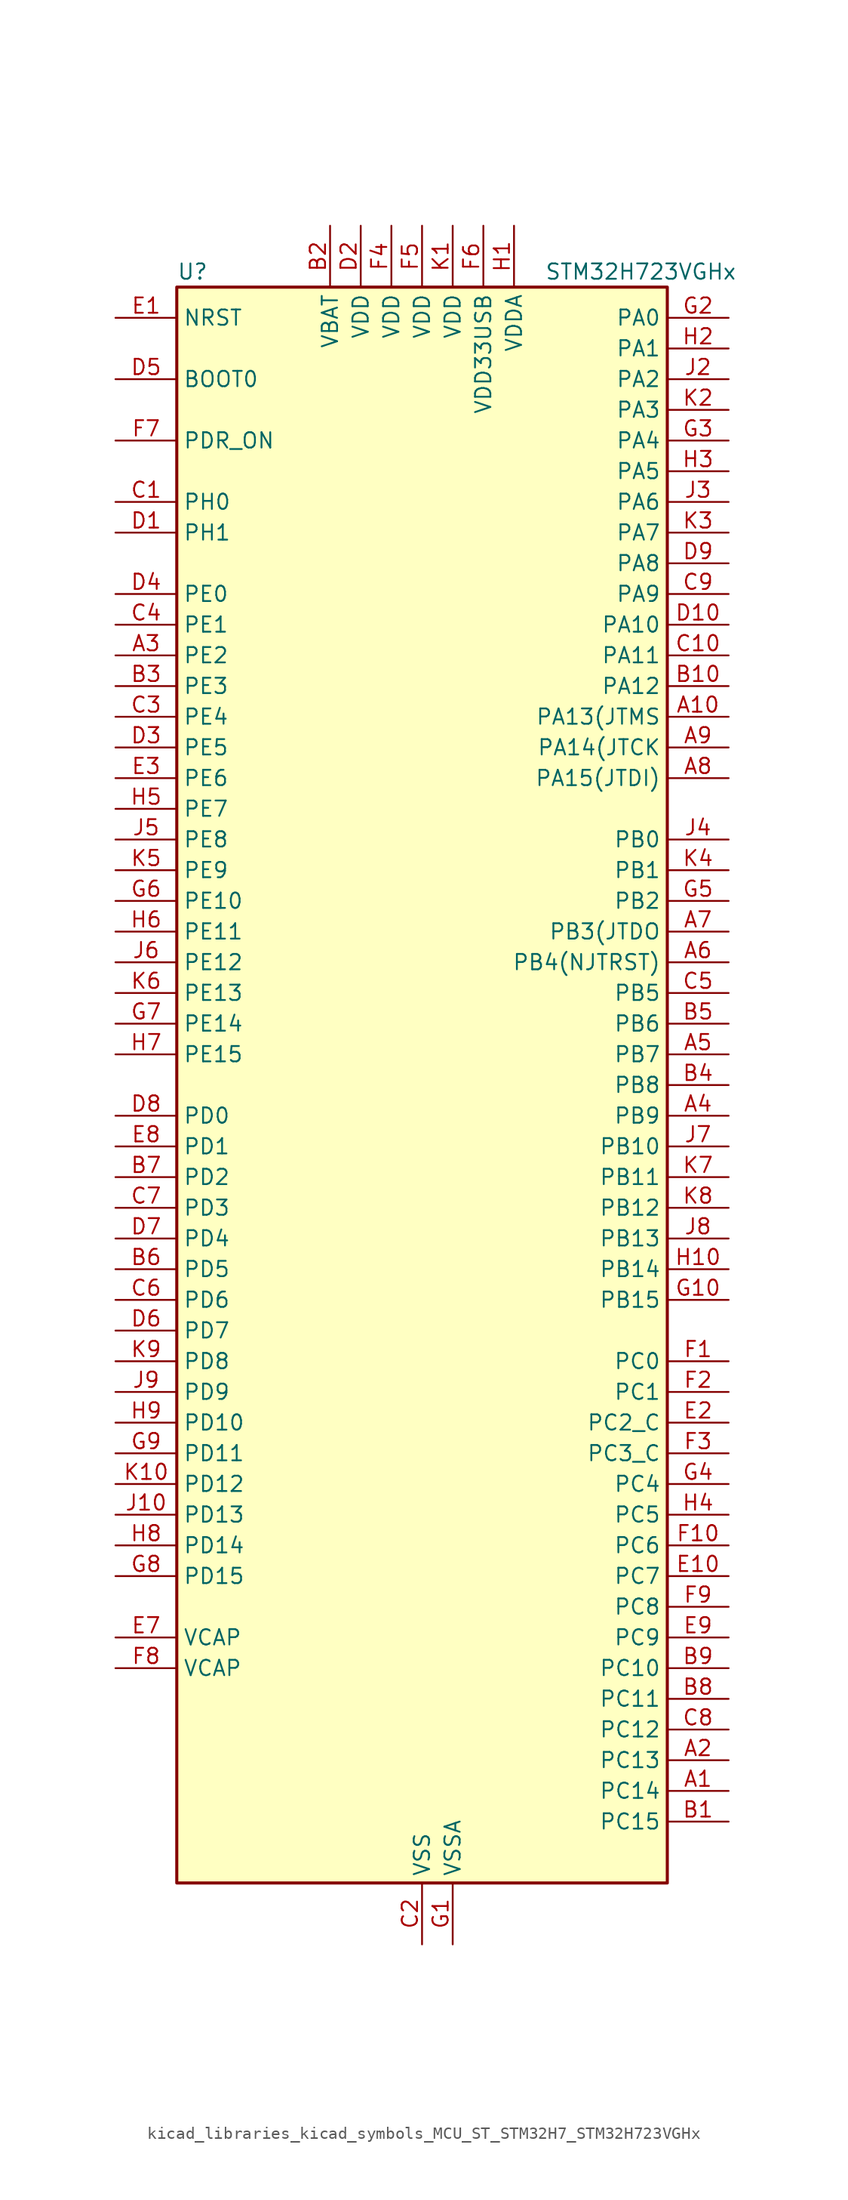
<source format=kicad_sym>
(kicad_symbol_lib
  (version 20220914)
  (generator kicad_symbol_editor)
  (symbol "kicad_libraries_kicad_symbols_MCU_ST_STM32H7_STM32H723VGHx"
    (property "Reference" "U"
      (at -20.32 67.31 0)
      (effects (font (size 1.27 1.27)) (justify left)))
    (property "Value" "STM32H723VGHx"
      (at 10.16 67.31 0)
      (effects (font (size 1.27 1.27)) (justify left)))
    (property "ki_locked" ""
      (at 0 0 0)
      (effects (font (size 1.27 1.27))))
    (symbol "kicad_libraries_kicad_symbols_MCU_ST_STM32H7_STM32H723VGHx_0_1"
      (rectangle (start -20.32 -66.04) (end 20.32 66.04) (stroke (width 0.254) (type default)) (fill (type background))))
    (symbol "kicad_libraries_kicad_symbols_MCU_ST_STM32H7_STM32H723VGHx_1_1"
      (pin bidirectional line (at 25.4 -58.42 180) (length 5.08) (name "PC14" (effects (font (size 1.27 1.27)))) (number "A1" (effects (font (size 1.27 1.27)))) (alternate "RCC_OSC32_IN" bidirectional line))
      (pin bidirectional line (at 25.4 30.48 180) (length 5.08) (name "PA13(JTMS" (effects (font (size 1.27 1.27)))) (number "A10" (effects (font (size 1.27 1.27)))) (alternate "DEBUG_JTMS-SWDIO" bidirectional line))
      (pin bidirectional line (at 25.4 -55.88 180) (length 5.08) (name "PC13" (effects (font (size 1.27 1.27)))) (number "A2" (effects (font (size 1.27 1.27)))) (alternate "PWR_WKUP4" bidirectional line) (alternate "RTC_OUT_ALARM" bidirectional line) (alternate "RTC_OUT_CALIB" bidirectional line) (alternate "RTC_TAMP1" bidirectional line) (alternate "RTC_TS" bidirectional line))
      (pin bidirectional line (at -25.4 35.56 0) (length 5.08) (name "PE2" (effects (font (size 1.27 1.27)))) (number "A3" (effects (font (size 1.27 1.27)))) (alternate "DEBUG_TRACECLK" bidirectional line) (alternate "ETH_TXD3" bidirectional line) (alternate "FMC_A23" bidirectional line) (alternate "OCTOSPIM_P1_IO2" bidirectional line) (alternate "SAI1_CK1" bidirectional line) (alternate "SAI1_MCLK_A" bidirectional line) (alternate "SAI4_CK1" bidirectional line) (alternate "SAI4_MCLK_A" bidirectional line) (alternate "SPI4_SCK" bidirectional line) (alternate "USART10_RX" bidirectional line))
      (pin bidirectional line (at 25.4 -2.54 180) (length 5.08) (name "PB9" (effects (font (size 1.27 1.27)))) (number "A4" (effects (font (size 1.27 1.27)))) (alternate "DAC1_EXTI9" bidirectional line) (alternate "DCMI_D7" bidirectional line) (alternate "DFSDM1_DATIN7" bidirectional line) (alternate "FDCAN1_TX" bidirectional line) (alternate "I2C1_SDA" bidirectional line) (alternate "I2C4_SDA" bidirectional line) (alternate "I2C4_SMBA" bidirectional line) (alternate "I2S2_WS" bidirectional line) (alternate "LTDC_B7" bidirectional line) (alternate "PSSI_D7" bidirectional line) (alternate "SDMMC1_CDIR" bidirectional line) (alternate "SDMMC1_D5" bidirectional line) (alternate "SDMMC2_D5" bidirectional line) (alternate "SPI2_NSS" bidirectional line) (alternate "TIM17_CH1" bidirectional line) (alternate "TIM4_CH4" bidirectional line) (alternate "UART4_TX" bidirectional line))
      (pin bidirectional line (at 25.4 2.54 180) (length 5.08) (name "PB7" (effects (font (size 1.27 1.27)))) (number "A5" (effects (font (size 1.27 1.27)))) (alternate "DCMI_VSYNC" bidirectional line) (alternate "DFSDM1_CKIN5" bidirectional line) (alternate "FMC_NL" bidirectional line) (alternate "I2C1_SDA" bidirectional line) (alternate "I2C4_SDA" bidirectional line) (alternate "LPUART1_RX" bidirectional line) (alternate "PSSI_RDY" bidirectional line) (alternate "PWR_PVD_IN" bidirectional line) (alternate "TIM17_CH1N" bidirectional line) (alternate "TIM4_CH2" bidirectional line) (alternate "USART1_RX" bidirectional line))
      (pin bidirectional line (at 25.4 10.16 180) (length 5.08) (name "PB4(NJTRST)" (effects (font (size 1.27 1.27)))) (number "A6" (effects (font (size 1.27 1.27)))) (alternate "DEBUG_JTRST" bidirectional line) (alternate "I2S1_SDI" bidirectional line) (alternate "I2S2_WS" bidirectional line) (alternate "I2S3_SDI" bidirectional line) (alternate "I2S6_SDI" bidirectional line) (alternate "SDMMC2_D3" bidirectional line) (alternate "SPI1_MISO" bidirectional line) (alternate "SPI2_NSS" bidirectional line) (alternate "SPI3_MISO" bidirectional line) (alternate "SPI6_MISO" bidirectional line) (alternate "TIM16_BKIN" bidirectional line) (alternate "TIM3_CH1" bidirectional line) (alternate "UART7_TX" bidirectional line))
      (pin bidirectional line (at 25.4 12.7 180) (length 5.08) (name "PB3(JTDO" (effects (font (size 1.27 1.27)))) (number "A7" (effects (font (size 1.27 1.27)))) (alternate "CRS_SYNC" bidirectional line) (alternate "DEBUG_JTDO-SWO" bidirectional line) (alternate "I2S1_CK" bidirectional line) (alternate "I2S3_CK" bidirectional line) (alternate "I2S6_CK" bidirectional line) (alternate "SDMMC2_D2" bidirectional line) (alternate "SPI1_SCK" bidirectional line) (alternate "SPI3_SCK" bidirectional line) (alternate "SPI6_SCK" bidirectional line) (alternate "TIM24_ETR" bidirectional line) (alternate "TIM2_CH2" bidirectional line) (alternate "UART7_RX" bidirectional line))
      (pin bidirectional line (at 25.4 25.4 180) (length 5.08) (name "PA15(JTDI)" (effects (font (size 1.27 1.27)))) (number "A8" (effects (font (size 1.27 1.27)))) (alternate "ADC1_EXTI15" bidirectional line) (alternate "ADC2_EXTI15" bidirectional line) (alternate "ADC3_EXTI15" bidirectional line) (alternate "CEC" bidirectional line) (alternate "DEBUG_JTDI" bidirectional line) (alternate "I2S1_WS" bidirectional line) (alternate "I2S3_WS" bidirectional line) (alternate "I2S6_WS" bidirectional line) (alternate "LTDC_B6" bidirectional line) (alternate "LTDC_R3" bidirectional line) (alternate "SPI1_NSS" bidirectional line) (alternate "SPI3_NSS" bidirectional line) (alternate "SPI6_NSS" bidirectional line) (alternate "TIM2_CH1" bidirectional line) (alternate "TIM2_ETR" bidirectional line) (alternate "UART4_DE" bidirectional line) (alternate "UART4_RTS" bidirectional line) (alternate "UART7_TX" bidirectional line))
      (pin bidirectional line (at 25.4 27.94 180) (length 5.08) (name "PA14(JTCK" (effects (font (size 1.27 1.27)))) (number "A9" (effects (font (size 1.27 1.27)))) (alternate "DEBUG_JTCK-SWCLK" bidirectional line))
      (pin bidirectional line (at 25.4 -60.96 180) (length 5.08) (name "PC15" (effects (font (size 1.27 1.27)))) (number "B1" (effects (font (size 1.27 1.27)))) (alternate "ADC1_EXTI15" bidirectional line) (alternate "ADC2_EXTI15" bidirectional line) (alternate "ADC3_EXTI15" bidirectional line) (alternate "RCC_OSC32_OUT" bidirectional line))
      (pin bidirectional line (at 25.4 33.02 180) (length 5.08) (name "PA12" (effects (font (size 1.27 1.27)))) (number "B10" (effects (font (size 1.27 1.27)))) (alternate "FDCAN1_TX" bidirectional line) (alternate "I2S2_CK" bidirectional line) (alternate "LPUART1_DE" bidirectional line) (alternate "LPUART1_RTS" bidirectional line) (alternate "LTDC_R5" bidirectional line) (alternate "SAI4_FS_B" bidirectional line) (alternate "SPI2_SCK" bidirectional line) (alternate "TIM1_BKIN2" bidirectional line) (alternate "TIM1_ETR" bidirectional line) (alternate "UART4_TX" bidirectional line) (alternate "USART1_DE" bidirectional line) (alternate "USART1_RTS" bidirectional line) (alternate "USB_OTG_HS_DP" bidirectional line))
      (pin power_in line (at -7.62 71.12 270) (length 5.08) (name "VBAT" (effects (font (size 1.27 1.27)))) (number "B2" (effects (font (size 1.27 1.27)))))
      (pin bidirectional line (at -25.4 33.02 0) (length 5.08) (name "PE3" (effects (font (size 1.27 1.27)))) (number "B3" (effects (font (size 1.27 1.27)))) (alternate "DEBUG_TRACED0" bidirectional line) (alternate "FMC_A19" bidirectional line) (alternate "SAI1_SD_B" bidirectional line) (alternate "SAI4_SD_B" bidirectional line) (alternate "TIM15_BKIN" bidirectional line) (alternate "USART10_TX" bidirectional line))
      (pin bidirectional line (at 25.4 0 180) (length 5.08) (name "PB8" (effects (font (size 1.27 1.27)))) (number "B4" (effects (font (size 1.27 1.27)))) (alternate "DCMI_D6" bidirectional line) (alternate "DFSDM1_CKIN7" bidirectional line) (alternate "ETH_TXD3" bidirectional line) (alternate "FDCAN1_RX" bidirectional line) (alternate "I2C1_SCL" bidirectional line) (alternate "I2C4_SCL" bidirectional line) (alternate "LTDC_B6" bidirectional line) (alternate "PSSI_D6" bidirectional line) (alternate "SDMMC1_CKIN" bidirectional line) (alternate "SDMMC1_D4" bidirectional line) (alternate "SDMMC2_D4" bidirectional line) (alternate "TIM16_CH1" bidirectional line) (alternate "TIM4_CH3" bidirectional line) (alternate "UART4_RX" bidirectional line))
      (pin bidirectional line (at 25.4 5.08 180) (length 5.08) (name "PB6" (effects (font (size 1.27 1.27)))) (number "B5" (effects (font (size 1.27 1.27)))) (alternate "CEC" bidirectional line) (alternate "DCMI_D5" bidirectional line) (alternate "DFSDM1_DATIN5" bidirectional line) (alternate "FDCAN2_TX" bidirectional line) (alternate "FMC_SDNE1" bidirectional line) (alternate "I2C1_SCL" bidirectional line) (alternate "I2C4_SCL" bidirectional line) (alternate "LPUART1_TX" bidirectional line) (alternate "OCTOSPIM_P1_NCS" bidirectional line) (alternate "PSSI_D5" bidirectional line) (alternate "TIM16_CH1N" bidirectional line) (alternate "TIM4_CH1" bidirectional line) (alternate "UART5_TX" bidirectional line) (alternate "USART1_TX" bidirectional line))
      (pin bidirectional line (at -25.4 -15.24 0) (length 5.08) (name "PD5" (effects (font (size 1.27 1.27)))) (number "B6" (effects (font (size 1.27 1.27)))) (alternate "FMC_NWE" bidirectional line) (alternate "OCTOSPIM_P1_IO5" bidirectional line) (alternate "USART2_TX" bidirectional line))
      (pin bidirectional line (at -25.4 -7.62 0) (length 5.08) (name "PD2" (effects (font (size 1.27 1.27)))) (number "B7" (effects (font (size 1.27 1.27)))) (alternate "DCMI_D11" bidirectional line) (alternate "DEBUG_TRACED2" bidirectional line) (alternate "FMC_D7" bidirectional line) (alternate "FMC_DA7" bidirectional line) (alternate "LTDC_B2" bidirectional line) (alternate "LTDC_B7" bidirectional line) (alternate "PSSI_D11" bidirectional line) (alternate "SDMMC1_CMD" bidirectional line) (alternate "TIM15_BKIN" bidirectional line) (alternate "TIM3_ETR" bidirectional line) (alternate "UART5_RX" bidirectional line))
      (pin bidirectional line (at 25.4 -50.8 180) (length 5.08) (name "PC11" (effects (font (size 1.27 1.27)))) (number "B8" (effects (font (size 1.27 1.27)))) (alternate "ADC1_EXTI11" bidirectional line) (alternate "ADC2_EXTI11" bidirectional line) (alternate "ADC3_EXTI11" bidirectional line) (alternate "DCMI_D4" bidirectional line) (alternate "DFSDM1_DATIN5" bidirectional line) (alternate "I2C5_SCL" bidirectional line) (alternate "I2S3_SDI" bidirectional line) (alternate "LTDC_B4" bidirectional line) (alternate "OCTOSPIM_P1_NCS" bidirectional line) (alternate "PSSI_D4" bidirectional line) (alternate "SDMMC1_D3" bidirectional line) (alternate "SPI3_MISO" bidirectional line) (alternate "UART4_RX" bidirectional line) (alternate "USART3_RX" bidirectional line))
      (pin bidirectional line (at 25.4 -48.26 180) (length 5.08) (name "PC10" (effects (font (size 1.27 1.27)))) (number "B9" (effects (font (size 1.27 1.27)))) (alternate "DCMI_D8" bidirectional line) (alternate "DFSDM1_CKIN5" bidirectional line) (alternate "I2C5_SDA" bidirectional line) (alternate "I2S3_CK" bidirectional line) (alternate "LTDC_B1" bidirectional line) (alternate "LTDC_R2" bidirectional line) (alternate "OCTOSPIM_P1_IO1" bidirectional line) (alternate "PSSI_D8" bidirectional line) (alternate "SDMMC1_D2" bidirectional line) (alternate "SPI3_SCK" bidirectional line) (alternate "SWPMI1_RX" bidirectional line) (alternate "UART4_TX" bidirectional line) (alternate "USART3_TX" bidirectional line))
      (pin bidirectional line (at -25.4 48.26 0) (length 5.08) (name "PH0" (effects (font (size 1.27 1.27)))) (number "C1" (effects (font (size 1.27 1.27)))) (alternate "RCC_OSC_IN" bidirectional line))
      (pin bidirectional line (at 25.4 35.56 180) (length 5.08) (name "PA11" (effects (font (size 1.27 1.27)))) (number "C10" (effects (font (size 1.27 1.27)))) (alternate "ADC1_EXTI11" bidirectional line) (alternate "ADC2_EXTI11" bidirectional line) (alternate "ADC3_EXTI11" bidirectional line) (alternate "FDCAN1_RX" bidirectional line) (alternate "I2S2_WS" bidirectional line) (alternate "LPUART1_CTS" bidirectional line) (alternate "LTDC_R4" bidirectional line) (alternate "SPI2_NSS" bidirectional line) (alternate "TIM1_CH4" bidirectional line) (alternate "UART4_RX" bidirectional line) (alternate "USART1_CTS" bidirectional line) (alternate "USART1_NSS" bidirectional line) (alternate "USB_OTG_HS_DM" bidirectional line))
      (pin power_in line (at 0 -71.12 90) (length 5.08) (name "VSS" (effects (font (size 1.27 1.27)))) (number "C2" (effects (font (size 1.27 1.27)))))
      (pin bidirectional line (at -25.4 30.48 0) (length 5.08) (name "PE4" (effects (font (size 1.27 1.27)))) (number "C3" (effects (font (size 1.27 1.27)))) (alternate "DCMI_D4" bidirectional line) (alternate "DEBUG_TRACED1" bidirectional line) (alternate "DFSDM1_DATIN3" bidirectional line) (alternate "FMC_A20" bidirectional line) (alternate "LTDC_B0" bidirectional line) (alternate "PSSI_D4" bidirectional line) (alternate "SAI1_D2" bidirectional line) (alternate "SAI1_FS_A" bidirectional line) (alternate "SAI4_D2" bidirectional line) (alternate "SAI4_FS_A" bidirectional line) (alternate "SPI4_NSS" bidirectional line) (alternate "TIM15_CH1N" bidirectional line))
      (pin bidirectional line (at -25.4 38.1 0) (length 5.08) (name "PE1" (effects (font (size 1.27 1.27)))) (number "C4" (effects (font (size 1.27 1.27)))) (alternate "DCMI_D3" bidirectional line) (alternate "FMC_NBL1" bidirectional line) (alternate "LPTIM1_IN2" bidirectional line) (alternate "LTDC_R6" bidirectional line) (alternate "PSSI_D3" bidirectional line) (alternate "UART8_TX" bidirectional line))
      (pin bidirectional line (at 25.4 7.62 180) (length 5.08) (name "PB5" (effects (font (size 1.27 1.27)))) (number "C5" (effects (font (size 1.27 1.27)))) (alternate "DCMI_D10" bidirectional line) (alternate "ETH_PPS_OUT" bidirectional line) (alternate "FDCAN2_RX" bidirectional line) (alternate "FMC_SDCKE1" bidirectional line) (alternate "I2C1_SMBA" bidirectional line) (alternate "I2C4_SMBA" bidirectional line) (alternate "I2S1_SDO" bidirectional line) (alternate "I2S3_SDO" bidirectional line) (alternate "I2S6_SDO" bidirectional line) (alternate "LTDC_B5" bidirectional line) (alternate "PSSI_D10" bidirectional line) (alternate "SPI1_MOSI" bidirectional line) (alternate "SPI3_MOSI" bidirectional line) (alternate "SPI6_MOSI" bidirectional line) (alternate "TIM17_BKIN" bidirectional line) (alternate "TIM3_CH2" bidirectional line) (alternate "UART5_RX" bidirectional line) (alternate "USB_OTG_HS_ULPI_D7" bidirectional line))
      (pin bidirectional line (at -25.4 -17.78 0) (length 5.08) (name "PD6" (effects (font (size 1.27 1.27)))) (number "C6" (effects (font (size 1.27 1.27)))) (alternate "DCMI_D10" bidirectional line) (alternate "DFSDM1_CKIN4" bidirectional line) (alternate "DFSDM1_DATIN1" bidirectional line) (alternate "FMC_NWAIT" bidirectional line) (alternate "I2S3_SDO" bidirectional line) (alternate "LTDC_B2" bidirectional line) (alternate "OCTOSPIM_P1_IO6" bidirectional line) (alternate "PSSI_D10" bidirectional line) (alternate "SAI1_D1" bidirectional line) (alternate "SAI1_SD_A" bidirectional line) (alternate "SAI4_D1" bidirectional line) (alternate "SAI4_SD_A" bidirectional line) (alternate "SDMMC2_CK" bidirectional line) (alternate "SPI3_MOSI" bidirectional line) (alternate "USART2_RX" bidirectional line))
      (pin bidirectional line (at -25.4 -10.16 0) (length 5.08) (name "PD3" (effects (font (size 1.27 1.27)))) (number "C7" (effects (font (size 1.27 1.27)))) (alternate "DCMI_D5" bidirectional line) (alternate "DFSDM1_CKOUT" bidirectional line) (alternate "FMC_CLK" bidirectional line) (alternate "I2S2_CK" bidirectional line) (alternate "LTDC_G7" bidirectional line) (alternate "PSSI_D5" bidirectional line) (alternate "SPI2_SCK" bidirectional line) (alternate "USART2_CTS" bidirectional line) (alternate "USART2_NSS" bidirectional line))
      (pin bidirectional line (at 25.4 -53.34 180) (length 5.08) (name "PC12" (effects (font (size 1.27 1.27)))) (number "C8" (effects (font (size 1.27 1.27)))) (alternate "DCMI_D9" bidirectional line) (alternate "DEBUG_TRACED3" bidirectional line) (alternate "FMC_D6" bidirectional line) (alternate "FMC_DA6" bidirectional line) (alternate "I2C5_SMBA" bidirectional line) (alternate "I2S3_SDO" bidirectional line) (alternate "I2S6_CK" bidirectional line) (alternate "LTDC_R6" bidirectional line) (alternate "PSSI_D9" bidirectional line) (alternate "SDMMC1_CK" bidirectional line) (alternate "SPI3_MOSI" bidirectional line) (alternate "SPI6_SCK" bidirectional line) (alternate "TIM15_CH1" bidirectional line) (alternate "UART5_TX" bidirectional line) (alternate "USART3_CK" bidirectional line))
      (pin bidirectional line (at 25.4 40.64 180) (length 5.08) (name "PA9" (effects (font (size 1.27 1.27)))) (number "C9" (effects (font (size 1.27 1.27)))) (alternate "DAC1_EXTI9" bidirectional line) (alternate "DCMI_D0" bidirectional line) (alternate "ETH_TX_ER" bidirectional line) (alternate "I2C3_SMBA" bidirectional line) (alternate "I2C5_SMBA" bidirectional line) (alternate "I2S2_CK" bidirectional line) (alternate "LPUART1_TX" bidirectional line) (alternate "LTDC_R5" bidirectional line) (alternate "PSSI_D0" bidirectional line) (alternate "SPI2_SCK" bidirectional line) (alternate "TIM1_CH2" bidirectional line) (alternate "USART1_TX" bidirectional line) (alternate "USB_OTG_HS_VBUS" bidirectional line))
      (pin bidirectional line (at -25.4 45.72 0) (length 5.08) (name "PH1" (effects (font (size 1.27 1.27)))) (number "D1" (effects (font (size 1.27 1.27)))) (alternate "RCC_OSC_OUT" bidirectional line))
      (pin bidirectional line (at 25.4 38.1 180) (length 5.08) (name "PA10" (effects (font (size 1.27 1.27)))) (number "D10" (effects (font (size 1.27 1.27)))) (alternate "DCMI_D1" bidirectional line) (alternate "LPUART1_RX" bidirectional line) (alternate "LTDC_B1" bidirectional line) (alternate "LTDC_B4" bidirectional line) (alternate "MDIOS_MDIO" bidirectional line) (alternate "PSSI_D1" bidirectional line) (alternate "TIM1_CH3" bidirectional line) (alternate "USART1_RX" bidirectional line) (alternate "USB_OTG_HS_ID" bidirectional line))
      (pin power_in line (at -5.08 71.12 270) (length 5.08) (name "VDD" (effects (font (size 1.27 1.27)))) (number "D2" (effects (font (size 1.27 1.27)))))
      (pin bidirectional line (at -25.4 27.94 0) (length 5.08) (name "PE5" (effects (font (size 1.27 1.27)))) (number "D3" (effects (font (size 1.27 1.27)))) (alternate "DCMI_D6" bidirectional line) (alternate "DEBUG_TRACED2" bidirectional line) (alternate "DFSDM1_CKIN3" bidirectional line) (alternate "FMC_A21" bidirectional line) (alternate "LTDC_G0" bidirectional line) (alternate "PSSI_D6" bidirectional line) (alternate "SAI1_CK2" bidirectional line) (alternate "SAI1_SCK_A" bidirectional line) (alternate "SAI4_CK2" bidirectional line) (alternate "SAI4_SCK_A" bidirectional line) (alternate "SPI4_MISO" bidirectional line) (alternate "TIM15_CH1" bidirectional line))
      (pin bidirectional line (at -25.4 40.64 0) (length 5.08) (name "PE0" (effects (font (size 1.27 1.27)))) (number "D4" (effects (font (size 1.27 1.27)))) (alternate "DCMI_D2" bidirectional line) (alternate "FMC_NBL0" bidirectional line) (alternate "LPTIM1_ETR" bidirectional line) (alternate "LPTIM2_ETR" bidirectional line) (alternate "LTDC_R0" bidirectional line) (alternate "PSSI_D2" bidirectional line) (alternate "SAI4_MCLK_A" bidirectional line) (alternate "TIM4_ETR" bidirectional line) (alternate "UART8_RX" bidirectional line))
      (pin input line (at -25.4 58.42 0) (length 5.08) (name "BOOT0" (effects (font (size 1.27 1.27)))) (number "D5" (effects (font (size 1.27 1.27)))))
      (pin bidirectional line (at -25.4 -20.32 0) (length 5.08) (name "PD7" (effects (font (size 1.27 1.27)))) (number "D6" (effects (font (size 1.27 1.27)))) (alternate "DFSDM1_CKIN1" bidirectional line) (alternate "DFSDM1_DATIN4" bidirectional line) (alternate "FMC_NE1" bidirectional line) (alternate "I2S1_SDO" bidirectional line) (alternate "OCTOSPIM_P1_IO7" bidirectional line) (alternate "SDMMC2_CMD" bidirectional line) (alternate "SPDIFRX1_IN0" bidirectional line) (alternate "SPI1_MOSI" bidirectional line) (alternate "USART2_CK" bidirectional line))
      (pin bidirectional line (at -25.4 -12.7 0) (length 5.08) (name "PD4" (effects (font (size 1.27 1.27)))) (number "D7" (effects (font (size 1.27 1.27)))) (alternate "FMC_NOE" bidirectional line) (alternate "OCTOSPIM_P1_IO4" bidirectional line) (alternate "USART2_DE" bidirectional line) (alternate "USART2_RTS" bidirectional line))
      (pin bidirectional line (at -25.4 -2.54 0) (length 5.08) (name "PD0" (effects (font (size 1.27 1.27)))) (number "D8" (effects (font (size 1.27 1.27)))) (alternate "DFSDM1_CKIN6" bidirectional line) (alternate "FDCAN1_RX" bidirectional line) (alternate "FMC_D2" bidirectional line) (alternate "FMC_DA2" bidirectional line) (alternate "LTDC_B1" bidirectional line) (alternate "UART4_RX" bidirectional line) (alternate "UART9_CTS" bidirectional line))
      (pin bidirectional line (at 25.4 43.18 180) (length 5.08) (name "PA8" (effects (font (size 1.27 1.27)))) (number "D9" (effects (font (size 1.27 1.27)))) (alternate "I2C3_SCL" bidirectional line) (alternate "I2C5_SCL" bidirectional line) (alternate "LTDC_B3" bidirectional line) (alternate "LTDC_R6" bidirectional line) (alternate "RCC_MCO_1" bidirectional line) (alternate "TIM1_CH1" bidirectional line) (alternate "TIM8_BKIN2" bidirectional line) (alternate "TIM8_BKIN2_COMP1" bidirectional line) (alternate "TIM8_BKIN2_COMP2" bidirectional line) (alternate "UART7_RX" bidirectional line) (alternate "USART1_CK" bidirectional line) (alternate "USB_OTG_HS_SOF" bidirectional line))
      (pin input line (at -25.4 63.5 0) (length 5.08) (name "NRST" (effects (font (size 1.27 1.27)))) (number "E1" (effects (font (size 1.27 1.27)))))
      (pin bidirectional line (at 25.4 -40.64 180) (length 5.08) (name "PC7" (effects (font (size 1.27 1.27)))) (number "E10" (effects (font (size 1.27 1.27)))) (alternate "DCMI_D1" bidirectional line) (alternate "DEBUG_TRGIO" bidirectional line) (alternate "DFSDM1_DATIN3" bidirectional line) (alternate "FMC_NE1" bidirectional line) (alternate "I2S3_MCK" bidirectional line) (alternate "LTDC_G6" bidirectional line) (alternate "PSSI_D1" bidirectional line) (alternate "SDMMC1_D123DIR" bidirectional line) (alternate "SDMMC1_D7" bidirectional line) (alternate "SDMMC2_D7" bidirectional line) (alternate "SWPMI1_TX" bidirectional line) (alternate "TIM3_CH2" bidirectional line) (alternate "TIM8_CH2" bidirectional line) (alternate "USART6_RX" bidirectional line))
      (pin bidirectional line (at 25.4 -27.94 180) (length 5.08) (name "PC2_C" (effects (font (size 1.27 1.27)))) (number "E2" (effects (font (size 1.27 1.27)))) (alternate "ADC3_INN1" bidirectional line) (alternate "ADC3_INP0" bidirectional line) (alternate "DFSDM1_CKIN1" bidirectional line) (alternate "DFSDM1_CKOUT" bidirectional line) (alternate "ETH_TXD2" bidirectional line) (alternate "FMC_SDNE0" bidirectional line) (alternate "I2S2_SDI" bidirectional line) (alternate "OCTOSPIM_P1_IO2" bidirectional line) (alternate "OCTOSPIM_P1_IO5" bidirectional line) (alternate "PWR_CSTOP" bidirectional line) (alternate "SPI2_MISO" bidirectional line) (alternate "USB_OTG_HS_ULPI_DIR" bidirectional line))
      (pin bidirectional line (at -25.4 25.4 0) (length 5.08) (name "PE6" (effects (font (size 1.27 1.27)))) (number "E3" (effects (font (size 1.27 1.27)))) (alternate "DCMI_D7" bidirectional line) (alternate "DEBUG_TRACED3" bidirectional line) (alternate "FMC_A22" bidirectional line) (alternate "LTDC_G1" bidirectional line) (alternate "PSSI_D7" bidirectional line) (alternate "SAI1_D1" bidirectional line) (alternate "SAI1_SD_A" bidirectional line) (alternate "SAI4_D1" bidirectional line) (alternate "SAI4_MCLK_B" bidirectional line) (alternate "SAI4_SD_A" bidirectional line) (alternate "SPI4_MOSI" bidirectional line) (alternate "TIM15_CH2" bidirectional line) (alternate "TIM1_BKIN2" bidirectional line) (alternate "TIM1_BKIN2_COMP1" bidirectional line) (alternate "TIM1_BKIN2_COMP2" bidirectional line))
      (pin passive line (at 0 -71.12 90) (length 5.08) hide (name "VSS" (effects (font (size 1.27 1.27)))) (number "E4" (effects (font (size 1.27 1.27)))))
      (pin passive line (at 0 -71.12 90) (length 5.08) hide (name "VSS" (effects (font (size 1.27 1.27)))) (number "E5" (effects (font (size 1.27 1.27)))))
      (pin passive line (at 0 -71.12 90) (length 5.08) hide (name "VSS" (effects (font (size 1.27 1.27)))) (number "E6" (effects (font (size 1.27 1.27)))))
      (pin power_out line (at -25.4 -45.72 0) (length 5.08) (name "VCAP" (effects (font (size 1.27 1.27)))) (number "E7" (effects (font (size 1.27 1.27)))))
      (pin bidirectional line (at -25.4 -5.08 0) (length 5.08) (name "PD1" (effects (font (size 1.27 1.27)))) (number "E8" (effects (font (size 1.27 1.27)))) (alternate "DFSDM1_DATIN6" bidirectional line) (alternate "FDCAN1_TX" bidirectional line) (alternate "FMC_D3" bidirectional line) (alternate "FMC_DA3" bidirectional line) (alternate "UART4_TX" bidirectional line))
      (pin bidirectional line (at 25.4 -45.72 180) (length 5.08) (name "PC9" (effects (font (size 1.27 1.27)))) (number "E9" (effects (font (size 1.27 1.27)))) (alternate "DAC1_EXTI9" bidirectional line) (alternate "DCMI_D3" bidirectional line) (alternate "I2C3_SDA" bidirectional line) (alternate "I2C5_SDA" bidirectional line) (alternate "I2S_CKIN" bidirectional line) (alternate "LTDC_B2" bidirectional line) (alternate "LTDC_G3" bidirectional line) (alternate "OCTOSPIM_P1_IO0" bidirectional line) (alternate "PSSI_D3" bidirectional line) (alternate "RCC_MCO_2" bidirectional line) (alternate "SDMMC1_D1" bidirectional line) (alternate "SWPMI1_SUSPEND" bidirectional line) (alternate "TIM3_CH4" bidirectional line) (alternate "TIM8_CH4" bidirectional line) (alternate "UART5_CTS" bidirectional line))
      (pin bidirectional line (at 25.4 -22.86 180) (length 5.08) (name "PC0" (effects (font (size 1.27 1.27)))) (number "F1" (effects (font (size 1.27 1.27)))) (alternate "ADC1_INP10" bidirectional line) (alternate "ADC2_INP10" bidirectional line) (alternate "ADC3_INP10" bidirectional line) (alternate "DFSDM1_CKIN0" bidirectional line) (alternate "DFSDM1_DATIN4" bidirectional line) (alternate "FMC_A25" bidirectional line) (alternate "FMC_D12" bidirectional line) (alternate "FMC_DA12" bidirectional line) (alternate "FMC_SDNWE" bidirectional line) (alternate "LTDC_G2" bidirectional line) (alternate "LTDC_R5" bidirectional line) (alternate "SAI4_FS_B" bidirectional line) (alternate "USB_OTG_HS_ULPI_STP" bidirectional line))
      (pin bidirectional line (at 25.4 -38.1 180) (length 5.08) (name "PC6" (effects (font (size 1.27 1.27)))) (number "F10" (effects (font (size 1.27 1.27)))) (alternate "DCMI_D0" bidirectional line) (alternate "DFSDM1_CKIN3" bidirectional line) (alternate "FMC_NWAIT" bidirectional line) (alternate "I2S2_MCK" bidirectional line) (alternate "LTDC_HSYNC" bidirectional line) (alternate "PSSI_D0" bidirectional line) (alternate "SDMMC1_D0DIR" bidirectional line) (alternate "SDMMC1_D6" bidirectional line) (alternate "SDMMC2_D6" bidirectional line) (alternate "SWPMI1_IO" bidirectional line) (alternate "TIM3_CH1" bidirectional line) (alternate "TIM8_CH1" bidirectional line) (alternate "USART6_TX" bidirectional line))
      (pin bidirectional line (at 25.4 -25.4 180) (length 5.08) (name "PC1" (effects (font (size 1.27 1.27)))) (number "F2" (effects (font (size 1.27 1.27)))) (alternate "ADC1_INN10" bidirectional line) (alternate "ADC1_INP11" bidirectional line) (alternate "ADC2_INN10" bidirectional line) (alternate "ADC2_INP11" bidirectional line) (alternate "ADC3_INN10" bidirectional line) (alternate "ADC3_INP11" bidirectional line) (alternate "DEBUG_TRACED0" bidirectional line) (alternate "DFSDM1_CKIN4" bidirectional line) (alternate "DFSDM1_DATIN0" bidirectional line) (alternate "ETH_MDC" bidirectional line) (alternate "I2S2_SDO" bidirectional line) (alternate "LTDC_G5" bidirectional line) (alternate "MDIOS_MDC" bidirectional line) (alternate "OCTOSPIM_P1_IO4" bidirectional line) (alternate "PWR_WKUP6" bidirectional line) (alternate "RTC_TAMP3" bidirectional line) (alternate "SAI1_D1" bidirectional line) (alternate "SAI1_SD_A" bidirectional line) (alternate "SAI4_D1" bidirectional line) (alternate "SAI4_SD_A" bidirectional line) (alternate "SDMMC2_CK" bidirectional line) (alternate "SPI2_MOSI" bidirectional line))
      (pin bidirectional line (at 25.4 -30.48 180) (length 5.08) (name "PC3_C" (effects (font (size 1.27 1.27)))) (number "F3" (effects (font (size 1.27 1.27)))) (alternate "ADC3_INP1" bidirectional line) (alternate "DFSDM1_DATIN1" bidirectional line) (alternate "ETH_TX_CLK" bidirectional line) (alternate "FMC_SDCKE0" bidirectional line) (alternate "I2S2_SDO" bidirectional line) (alternate "OCTOSPIM_P1_IO0" bidirectional line) (alternate "OCTOSPIM_P1_IO6" bidirectional line) (alternate "PWR_CSLEEP" bidirectional line) (alternate "SPI2_MOSI" bidirectional line) (alternate "USB_OTG_HS_ULPI_NXT" bidirectional line))
      (pin power_in line (at -2.54 71.12 270) (length 5.08) (name "VDD" (effects (font (size 1.27 1.27)))) (number "F4" (effects (font (size 1.27 1.27)))))
      (pin power_in line (at 0 71.12 270) (length 5.08) (name "VDD" (effects (font (size 1.27 1.27)))) (number "F5" (effects (font (size 1.27 1.27)))))
      (pin power_in line (at 5.08 71.12 270) (length 5.08) (name "VDD33USB" (effects (font (size 1.27 1.27)))) (number "F6" (effects (font (size 1.27 1.27)))))
      (pin input line (at -25.4 53.34 0) (length 5.08) (name "PDR_ON" (effects (font (size 1.27 1.27)))) (number "F7" (effects (font (size 1.27 1.27)))))
      (pin power_out line (at -25.4 -48.26 0) (length 5.08) (name "VCAP" (effects (font (size 1.27 1.27)))) (number "F8" (effects (font (size 1.27 1.27)))))
      (pin bidirectional line (at 25.4 -43.18 180) (length 5.08) (name "PC8" (effects (font (size 1.27 1.27)))) (number "F9" (effects (font (size 1.27 1.27)))) (alternate "DCMI_D2" bidirectional line) (alternate "DEBUG_TRACED1" bidirectional line) (alternate "FMC_INT" bidirectional line) (alternate "FMC_NCE" bidirectional line) (alternate "FMC_NE2" bidirectional line) (alternate "PSSI_D2" bidirectional line) (alternate "SDMMC1_D0" bidirectional line) (alternate "SWPMI1_RX" bidirectional line) (alternate "TIM3_CH3" bidirectional line) (alternate "TIM8_CH3" bidirectional line) (alternate "UART5_DE" bidirectional line) (alternate "UART5_RTS" bidirectional line) (alternate "USART6_CK" bidirectional line))
      (pin power_in line (at 2.54 -71.12 90) (length 5.08) (name "VSSA" (effects (font (size 1.27 1.27)))) (number "G1" (effects (font (size 1.27 1.27)))))
      (pin bidirectional line (at 25.4 -17.78 180) (length 5.08) (name "PB15" (effects (font (size 1.27 1.27)))) (number "G10" (effects (font (size 1.27 1.27)))) (alternate "ADC1_EXTI15" bidirectional line) (alternate "ADC2_EXTI15" bidirectional line) (alternate "ADC3_EXTI15" bidirectional line) (alternate "DFSDM1_CKIN2" bidirectional line) (alternate "FMC_D11" bidirectional line) (alternate "FMC_DA11" bidirectional line) (alternate "I2S2_SDO" bidirectional line) (alternate "LTDC_G7" bidirectional line) (alternate "RTC_REFIN" bidirectional line) (alternate "SDMMC2_D1" bidirectional line) (alternate "SPI2_MOSI" bidirectional line) (alternate "TIM12_CH2" bidirectional line) (alternate "TIM1_CH3N" bidirectional line) (alternate "TIM8_CH3N" bidirectional line) (alternate "UART4_CTS" bidirectional line) (alternate "USART1_RX" bidirectional line))
      (pin bidirectional line (at 25.4 63.5 180) (length 5.08) (name "PA0" (effects (font (size 1.27 1.27)))) (number "G2" (effects (font (size 1.27 1.27)))) (alternate "ADC1_INP16" bidirectional line) (alternate "ETH_CRS" bidirectional line) (alternate "FMC_A19" bidirectional line) (alternate "I2S6_WS" bidirectional line) (alternate "PWR_WKUP1" bidirectional line) (alternate "SAI4_SD_B" bidirectional line) (alternate "SDMMC2_CMD" bidirectional line) (alternate "SPI6_NSS" bidirectional line) (alternate "TIM15_BKIN" bidirectional line) (alternate "TIM2_CH1" bidirectional line) (alternate "TIM2_ETR" bidirectional line) (alternate "TIM5_CH1" bidirectional line) (alternate "TIM8_ETR" bidirectional line) (alternate "UART4_TX" bidirectional line) (alternate "USART2_CTS" bidirectional line) (alternate "USART2_NSS" bidirectional line))
      (pin bidirectional line (at 25.4 53.34 180) (length 5.08) (name "PA4" (effects (font (size 1.27 1.27)))) (number "G3" (effects (font (size 1.27 1.27)))) (alternate "ADC1_INP18" bidirectional line) (alternate "ADC2_INP18" bidirectional line) (alternate "DAC1_OUT1" bidirectional line) (alternate "DCMI_HSYNC" bidirectional line) (alternate "FMC_D8" bidirectional line) (alternate "FMC_DA8" bidirectional line) (alternate "I2S1_WS" bidirectional line) (alternate "I2S3_WS" bidirectional line) (alternate "I2S6_WS" bidirectional line) (alternate "LTDC_VSYNC" bidirectional line) (alternate "PSSI_DE" bidirectional line) (alternate "SPI1_NSS" bidirectional line) (alternate "SPI3_NSS" bidirectional line) (alternate "SPI6_NSS" bidirectional line) (alternate "TIM5_ETR" bidirectional line) (alternate "USART2_CK" bidirectional line))
      (pin bidirectional line (at 25.4 -33.02 180) (length 5.08) (name "PC4" (effects (font (size 1.27 1.27)))) (number "G4" (effects (font (size 1.27 1.27)))) (alternate "ADC1_INP4" bidirectional line) (alternate "ADC2_INP4" bidirectional line) (alternate "COMP1_INM" bidirectional line) (alternate "DFSDM1_CKIN2" bidirectional line) (alternate "ETH_RXD0" bidirectional line) (alternate "FMC_A22" bidirectional line) (alternate "FMC_SDNE0" bidirectional line) (alternate "I2S1_MCK" bidirectional line) (alternate "LTDC_R7" bidirectional line) (alternate "OPAMP1_VOUT" bidirectional line) (alternate "SDMMC2_CKIN" bidirectional line) (alternate "SPDIFRX1_IN2" bidirectional line))
      (pin bidirectional line (at 25.4 15.24 180) (length 5.08) (name "PB2" (effects (font (size 1.27 1.27)))) (number "G5" (effects (font (size 1.27 1.27)))) (alternate "COMP1_INP" bidirectional line) (alternate "DFSDM1_CKIN1" bidirectional line) (alternate "ETH_TX_ER" bidirectional line) (alternate "I2S3_SDO" bidirectional line) (alternate "OCTOSPIM_P1_CLK" bidirectional line) (alternate "OCTOSPIM_P1_DQS" bidirectional line) (alternate "RTC_OUT_ALARM" bidirectional line) (alternate "RTC_OUT_CALIB" bidirectional line) (alternate "SAI1_D1" bidirectional line) (alternate "SAI1_SD_A" bidirectional line) (alternate "SAI4_D1" bidirectional line) (alternate "SAI4_SD_A" bidirectional line) (alternate "SPI3_MOSI" bidirectional line) (alternate "TIM23_ETR" bidirectional line))
      (pin bidirectional line (at -25.4 15.24 0) (length 5.08) (name "PE10" (effects (font (size 1.27 1.27)))) (number "G6" (effects (font (size 1.27 1.27)))) (alternate "COMP2_INM" bidirectional line) (alternate "DFSDM1_DATIN4" bidirectional line) (alternate "FMC_D7" bidirectional line) (alternate "FMC_DA7" bidirectional line) (alternate "OCTOSPIM_P1_IO7" bidirectional line) (alternate "TIM1_CH2N" bidirectional line) (alternate "UART7_CTS" bidirectional line))
      (pin bidirectional line (at -25.4 5.08 0) (length 5.08) (name "PE14" (effects (font (size 1.27 1.27)))) (number "G7" (effects (font (size 1.27 1.27)))) (alternate "FMC_D11" bidirectional line) (alternate "FMC_DA11" bidirectional line) (alternate "LTDC_CLK" bidirectional line) (alternate "SAI4_MCLK_B" bidirectional line) (alternate "SPI4_MOSI" bidirectional line) (alternate "TIM1_CH4" bidirectional line))
      (pin bidirectional line (at -25.4 -40.64 0) (length 5.08) (name "PD15" (effects (font (size 1.27 1.27)))) (number "G8" (effects (font (size 1.27 1.27)))) (alternate "ADC1_EXTI15" bidirectional line) (alternate "ADC2_EXTI15" bidirectional line) (alternate "ADC3_EXTI15" bidirectional line) (alternate "FMC_D1" bidirectional line) (alternate "FMC_DA1" bidirectional line) (alternate "TIM4_CH4" bidirectional line) (alternate "UART8_DE" bidirectional line) (alternate "UART8_RTS" bidirectional line) (alternate "UART9_TX" bidirectional line))
      (pin bidirectional line (at -25.4 -30.48 0) (length 5.08) (name "PD11" (effects (font (size 1.27 1.27)))) (number "G9" (effects (font (size 1.27 1.27)))) (alternate "ADC1_EXTI11" bidirectional line) (alternate "ADC2_EXTI11" bidirectional line) (alternate "ADC3_EXTI11" bidirectional line) (alternate "FMC_A16" bidirectional line) (alternate "FMC_CLE" bidirectional line) (alternate "I2C4_SMBA" bidirectional line) (alternate "LPTIM2_IN2" bidirectional line) (alternate "OCTOSPIM_P1_IO0" bidirectional line) (alternate "SAI4_SD_A" bidirectional line) (alternate "USART3_CTS" bidirectional line) (alternate "USART3_NSS" bidirectional line))
      (pin power_in line (at 7.62 71.12 270) (length 5.08) (name "VDDA" (effects (font (size 1.27 1.27)))) (number "H1" (effects (font (size 1.27 1.27)))))
      (pin bidirectional line (at 25.4 -15.24 180) (length 5.08) (name "PB14" (effects (font (size 1.27 1.27)))) (number "H10" (effects (font (size 1.27 1.27)))) (alternate "DFSDM1_DATIN2" bidirectional line) (alternate "FMC_D10" bidirectional line) (alternate "FMC_DA10" bidirectional line) (alternate "I2S2_SDI" bidirectional line) (alternate "LTDC_CLK" bidirectional line) (alternate "SDMMC2_D0" bidirectional line) (alternate "SPI2_MISO" bidirectional line) (alternate "TIM12_CH1" bidirectional line) (alternate "TIM1_CH2N" bidirectional line) (alternate "TIM8_CH2N" bidirectional line) (alternate "UART4_DE" bidirectional line) (alternate "UART4_RTS" bidirectional line) (alternate "USART1_TX" bidirectional line) (alternate "USART3_DE" bidirectional line) (alternate "USART3_RTS" bidirectional line))
      (pin bidirectional line (at 25.4 60.96 180) (length 5.08) (name "PA1" (effects (font (size 1.27 1.27)))) (number "H2" (effects (font (size 1.27 1.27)))) (alternate "ADC1_INN16" bidirectional line) (alternate "ADC1_INP17" bidirectional line) (alternate "ETH_REF_CLK" bidirectional line) (alternate "ETH_RX_CLK" bidirectional line) (alternate "LPTIM3_OUT" bidirectional line) (alternate "LTDC_R2" bidirectional line) (alternate "OCTOSPIM_P1_DQS" bidirectional line) (alternate "OCTOSPIM_P1_IO3" bidirectional line) (alternate "SAI4_MCLK_B" bidirectional line) (alternate "TIM15_CH1N" bidirectional line) (alternate "TIM2_CH2" bidirectional line) (alternate "TIM5_CH2" bidirectional line) (alternate "UART4_RX" bidirectional line) (alternate "USART2_DE" bidirectional line) (alternate "USART2_RTS" bidirectional line))
      (pin bidirectional line (at 25.4 50.8 180) (length 5.08) (name "PA5" (effects (font (size 1.27 1.27)))) (number "H3" (effects (font (size 1.27 1.27)))) (alternate "ADC1_INN18" bidirectional line) (alternate "ADC1_INP19" bidirectional line) (alternate "ADC2_INN18" bidirectional line) (alternate "ADC2_INP19" bidirectional line) (alternate "DAC1_OUT2" bidirectional line) (alternate "FMC_D9" bidirectional line) (alternate "FMC_DA9" bidirectional line) (alternate "I2S1_CK" bidirectional line) (alternate "I2S6_CK" bidirectional line) (alternate "LTDC_R4" bidirectional line) (alternate "PSSI_D14" bidirectional line) (alternate "PWR_NDSTOP2" bidirectional line) (alternate "SPI1_SCK" bidirectional line) (alternate "SPI6_SCK" bidirectional line) (alternate "TIM2_CH1" bidirectional line) (alternate "TIM2_ETR" bidirectional line) (alternate "TIM8_CH1N" bidirectional line) (alternate "USB_OTG_HS_ULPI_CK" bidirectional line))
      (pin bidirectional line (at 25.4 -35.56 180) (length 5.08) (name "PC5" (effects (font (size 1.27 1.27)))) (number "H4" (effects (font (size 1.27 1.27)))) (alternate "ADC1_INN4" bidirectional line) (alternate "ADC1_INP8" bidirectional line) (alternate "ADC2_INN4" bidirectional line) (alternate "ADC2_INP8" bidirectional line) (alternate "COMP1_OUT" bidirectional line) (alternate "DFSDM1_DATIN2" bidirectional line) (alternate "ETH_RXD1" bidirectional line) (alternate "FMC_SDCKE0" bidirectional line) (alternate "LTDC_DE" bidirectional line) (alternate "OCTOSPIM_P1_DQS" bidirectional line) (alternate "OPAMP1_VINM" bidirectional line) (alternate "PSSI_D15" bidirectional line) (alternate "SAI1_D3" bidirectional line) (alternate "SAI4_D3" bidirectional line) (alternate "SPDIFRX1_IN3" bidirectional line))
      (pin bidirectional line (at -25.4 22.86 0) (length 5.08) (name "PE7" (effects (font (size 1.27 1.27)))) (number "H5" (effects (font (size 1.27 1.27)))) (alternate "COMP2_INM" bidirectional line) (alternate "DFSDM1_DATIN2" bidirectional line) (alternate "FMC_D4" bidirectional line) (alternate "FMC_DA4" bidirectional line) (alternate "OCTOSPIM_P1_IO4" bidirectional line) (alternate "OPAMP2_VOUT" bidirectional line) (alternate "TIM1_ETR" bidirectional line) (alternate "UART7_RX" bidirectional line))
      (pin bidirectional line (at -25.4 12.7 0) (length 5.08) (name "PE11" (effects (font (size 1.27 1.27)))) (number "H6" (effects (font (size 1.27 1.27)))) (alternate "ADC1_EXTI11" bidirectional line) (alternate "ADC2_EXTI11" bidirectional line) (alternate "ADC3_EXTI11" bidirectional line) (alternate "COMP2_INP" bidirectional line) (alternate "DFSDM1_CKIN4" bidirectional line) (alternate "FMC_D8" bidirectional line) (alternate "FMC_DA8" bidirectional line) (alternate "LTDC_G3" bidirectional line) (alternate "OCTOSPIM_P1_NCS" bidirectional line) (alternate "SAI4_SD_B" bidirectional line) (alternate "SPI4_NSS" bidirectional line) (alternate "TIM1_CH2" bidirectional line))
      (pin bidirectional line (at -25.4 2.54 0) (length 5.08) (name "PE15" (effects (font (size 1.27 1.27)))) (number "H7" (effects (font (size 1.27 1.27)))) (alternate "ADC1_EXTI15" bidirectional line) (alternate "ADC2_EXTI15" bidirectional line) (alternate "ADC3_EXTI15" bidirectional line) (alternate "FMC_D12" bidirectional line) (alternate "FMC_DA12" bidirectional line) (alternate "LTDC_R7" bidirectional line) (alternate "TIM1_BKIN" bidirectional line) (alternate "TIM1_BKIN_COMP1" bidirectional line) (alternate "TIM1_BKIN_COMP2" bidirectional line) (alternate "USART10_CK" bidirectional line))
      (pin bidirectional line (at -25.4 -38.1 0) (length 5.08) (name "PD14" (effects (font (size 1.27 1.27)))) (number "H8" (effects (font (size 1.27 1.27)))) (alternate "FMC_D0" bidirectional line) (alternate "FMC_DA0" bidirectional line) (alternate "TIM4_CH3" bidirectional line) (alternate "UART8_CTS" bidirectional line) (alternate "UART9_RX" bidirectional line))
      (pin bidirectional line (at -25.4 -27.94 0) (length 5.08) (name "PD10" (effects (font (size 1.27 1.27)))) (number "H9" (effects (font (size 1.27 1.27)))) (alternate "DFSDM1_CKOUT" bidirectional line) (alternate "FMC_D15" bidirectional line) (alternate "FMC_DA15" bidirectional line) (alternate "LTDC_B3" bidirectional line) (alternate "USART3_CK" bidirectional line))
      (pin passive line (at 0 -71.12 90) (length 5.08) hide (name "VSS" (effects (font (size 1.27 1.27)))) (number "J1" (effects (font (size 1.27 1.27)))))
      (pin bidirectional line (at -25.4 -35.56 0) (length 5.08) (name "PD13" (effects (font (size 1.27 1.27)))) (number "J10" (effects (font (size 1.27 1.27)))) (alternate "DCMI_D13" bidirectional line) (alternate "FDCAN3_TX" bidirectional line) (alternate "FMC_A18" bidirectional line) (alternate "I2C4_SDA" bidirectional line) (alternate "LPTIM1_OUT" bidirectional line) (alternate "OCTOSPIM_P1_IO3" bidirectional line) (alternate "PSSI_D13" bidirectional line) (alternate "SAI4_SCK_A" bidirectional line) (alternate "TIM4_CH2" bidirectional line) (alternate "UART9_DE" bidirectional line) (alternate "UART9_RTS" bidirectional line))
      (pin bidirectional line (at 25.4 58.42 180) (length 5.08) (name "PA2" (effects (font (size 1.27 1.27)))) (number "J2" (effects (font (size 1.27 1.27)))) (alternate "ADC1_INP14" bidirectional line) (alternate "ADC2_INP14" bidirectional line) (alternate "ETH_MDIO" bidirectional line) (alternate "LPTIM4_OUT" bidirectional line) (alternate "LTDC_R1" bidirectional line) (alternate "MDIOS_MDIO" bidirectional line) (alternate "OCTOSPIM_P1_IO0" bidirectional line) (alternate "PWR_WKUP2" bidirectional line) (alternate "SAI4_SCK_B" bidirectional line) (alternate "TIM15_CH1" bidirectional line) (alternate "TIM2_CH3" bidirectional line) (alternate "TIM5_CH3" bidirectional line) (alternate "USART2_TX" bidirectional line))
      (pin bidirectional line (at 25.4 48.26 180) (length 5.08) (name "PA6" (effects (font (size 1.27 1.27)))) (number "J3" (effects (font (size 1.27 1.27)))) (alternate "ADC1_INP3" bidirectional line) (alternate "ADC2_INP3" bidirectional line) (alternate "DCMI_PIXCLK" bidirectional line) (alternate "I2S1_SDI" bidirectional line) (alternate "I2S6_SDI" bidirectional line) (alternate "LTDC_G2" bidirectional line) (alternate "MDIOS_MDC" bidirectional line) (alternate "OCTOSPIM_P1_IO3" bidirectional line) (alternate "PSSI_PDCK" bidirectional line) (alternate "SPI1_MISO" bidirectional line) (alternate "SPI6_MISO" bidirectional line) (alternate "TIM13_CH1" bidirectional line) (alternate "TIM1_BKIN" bidirectional line) (alternate "TIM1_BKIN_COMP1" bidirectional line) (alternate "TIM1_BKIN_COMP2" bidirectional line) (alternate "TIM3_CH1" bidirectional line) (alternate "TIM8_BKIN" bidirectional line) (alternate "TIM8_BKIN_COMP1" bidirectional line) (alternate "TIM8_BKIN_COMP2" bidirectional line))
      (pin bidirectional line (at 25.4 20.32 180) (length 5.08) (name "PB0" (effects (font (size 1.27 1.27)))) (number "J4" (effects (font (size 1.27 1.27)))) (alternate "ADC1_INN5" bidirectional line) (alternate "ADC1_INP9" bidirectional line) (alternate "ADC2_INN5" bidirectional line) (alternate "ADC2_INP9" bidirectional line) (alternate "COMP1_INP" bidirectional line) (alternate "DFSDM1_CKOUT" bidirectional line) (alternate "ETH_RXD2" bidirectional line) (alternate "LTDC_G1" bidirectional line) (alternate "LTDC_R3" bidirectional line) (alternate "OCTOSPIM_P1_IO1" bidirectional line) (alternate "OPAMP1_VINP" bidirectional line) (alternate "TIM1_CH2N" bidirectional line) (alternate "TIM3_CH3" bidirectional line) (alternate "TIM8_CH2N" bidirectional line) (alternate "UART4_CTS" bidirectional line) (alternate "USB_OTG_HS_ULPI_D1" bidirectional line))
      (pin bidirectional line (at -25.4 20.32 0) (length 5.08) (name "PE8" (effects (font (size 1.27 1.27)))) (number "J5" (effects (font (size 1.27 1.27)))) (alternate "COMP2_OUT" bidirectional line) (alternate "DFSDM1_CKIN2" bidirectional line) (alternate "FMC_D5" bidirectional line) (alternate "FMC_DA5" bidirectional line) (alternate "OCTOSPIM_P1_IO5" bidirectional line) (alternate "OPAMP2_VINM" bidirectional line) (alternate "TIM1_CH1N" bidirectional line) (alternate "UART7_TX" bidirectional line))
      (pin bidirectional line (at -25.4 10.16 0) (length 5.08) (name "PE12" (effects (font (size 1.27 1.27)))) (number "J6" (effects (font (size 1.27 1.27)))) (alternate "COMP1_OUT" bidirectional line) (alternate "DFSDM1_DATIN5" bidirectional line) (alternate "FMC_D9" bidirectional line) (alternate "FMC_DA9" bidirectional line) (alternate "LTDC_B4" bidirectional line) (alternate "SAI4_SCK_B" bidirectional line) (alternate "SPI4_SCK" bidirectional line) (alternate "TIM1_CH3N" bidirectional line))
      (pin bidirectional line (at 25.4 -5.08 180) (length 5.08) (name "PB10" (effects (font (size 1.27 1.27)))) (number "J7" (effects (font (size 1.27 1.27)))) (alternate "DFSDM1_DATIN7" bidirectional line) (alternate "ETH_RX_ER" bidirectional line) (alternate "I2C2_SCL" bidirectional line) (alternate "I2S2_CK" bidirectional line) (alternate "LPTIM2_IN1" bidirectional line) (alternate "LTDC_G4" bidirectional line) (alternate "OCTOSPIM_P1_NCS" bidirectional line) (alternate "SPI2_SCK" bidirectional line) (alternate "TIM2_CH3" bidirectional line) (alternate "USART3_TX" bidirectional line) (alternate "USB_OTG_HS_ULPI_D3" bidirectional line))
      (pin bidirectional line (at 25.4 -12.7 180) (length 5.08) (name "PB13" (effects (font (size 1.27 1.27)))) (number "J8" (effects (font (size 1.27 1.27)))) (alternate "DCMI_D2" bidirectional line) (alternate "DFSDM1_CKIN1" bidirectional line) (alternate "ETH_TXD1" bidirectional line) (alternate "FDCAN2_TX" bidirectional line) (alternate "I2S2_CK" bidirectional line) (alternate "LPTIM2_OUT" bidirectional line) (alternate "OCTOSPIM_P1_IO2" bidirectional line) (alternate "PSSI_D2" bidirectional line) (alternate "SDMMC1_D0" bidirectional line) (alternate "SPI2_SCK" bidirectional line) (alternate "TIM1_CH1N" bidirectional line) (alternate "UART5_TX" bidirectional line) (alternate "USART3_CTS" bidirectional line) (alternate "USART3_NSS" bidirectional line) (alternate "USB_OTG_HS_ULPI_D6" bidirectional line))
      (pin bidirectional line (at -25.4 -25.4 0) (length 5.08) (name "PD9" (effects (font (size 1.27 1.27)))) (number "J9" (effects (font (size 1.27 1.27)))) (alternate "DAC1_EXTI9" bidirectional line) (alternate "DFSDM1_DATIN3" bidirectional line) (alternate "FMC_D14" bidirectional line) (alternate "FMC_DA14" bidirectional line) (alternate "USART3_RX" bidirectional line))
      (pin power_in line (at 2.54 71.12 270) (length 5.08) (name "VDD" (effects (font (size 1.27 1.27)))) (number "K1" (effects (font (size 1.27 1.27)))))
      (pin bidirectional line (at -25.4 -33.02 0) (length 5.08) (name "PD12" (effects (font (size 1.27 1.27)))) (number "K10" (effects (font (size 1.27 1.27)))) (alternate "DCMI_D12" bidirectional line) (alternate "FDCAN3_RX" bidirectional line) (alternate "FMC_A17" bidirectional line) (alternate "FMC_ALE" bidirectional line) (alternate "I2C4_SCL" bidirectional line) (alternate "LPTIM1_IN1" bidirectional line) (alternate "LPTIM2_IN1" bidirectional line) (alternate "OCTOSPIM_P1_IO1" bidirectional line) (alternate "PSSI_D12" bidirectional line) (alternate "SAI4_FS_A" bidirectional line) (alternate "TIM4_CH1" bidirectional line) (alternate "USART3_DE" bidirectional line) (alternate "USART3_RTS" bidirectional line))
      (pin bidirectional line (at 25.4 55.88 180) (length 5.08) (name "PA3" (effects (font (size 1.27 1.27)))) (number "K2" (effects (font (size 1.27 1.27)))) (alternate "ADC1_INP15" bidirectional line) (alternate "ADC2_INP15" bidirectional line) (alternate "ETH_COL" bidirectional line) (alternate "I2S6_MCK" bidirectional line) (alternate "LPTIM5_OUT" bidirectional line) (alternate "LTDC_B2" bidirectional line) (alternate "LTDC_B5" bidirectional line) (alternate "OCTOSPIM_P1_CLK" bidirectional line) (alternate "OCTOSPIM_P1_IO2" bidirectional line) (alternate "TIM15_CH2" bidirectional line) (alternate "TIM2_CH4" bidirectional line) (alternate "TIM5_CH4" bidirectional line) (alternate "USART2_RX" bidirectional line) (alternate "USB_OTG_HS_ULPI_D0" bidirectional line))
      (pin bidirectional line (at 25.4 45.72 180) (length 5.08) (name "PA7" (effects (font (size 1.27 1.27)))) (number "K3" (effects (font (size 1.27 1.27)))) (alternate "ADC1_INN3" bidirectional line) (alternate "ADC1_INP7" bidirectional line) (alternate "ADC2_INN3" bidirectional line) (alternate "ADC2_INP7" bidirectional line) (alternate "ETH_CRS_DV" bidirectional line) (alternate "ETH_RX_DV" bidirectional line) (alternate "FMC_SDNWE" bidirectional line) (alternate "I2S1_SDO" bidirectional line) (alternate "I2S6_SDO" bidirectional line) (alternate "LTDC_VSYNC" bidirectional line) (alternate "OCTOSPIM_P1_IO2" bidirectional line) (alternate "OPAMP1_VINM" bidirectional line) (alternate "SPI1_MOSI" bidirectional line) (alternate "SPI6_MOSI" bidirectional line) (alternate "TIM14_CH1" bidirectional line) (alternate "TIM1_CH1N" bidirectional line) (alternate "TIM3_CH2" bidirectional line) (alternate "TIM8_CH1N" bidirectional line))
      (pin bidirectional line (at 25.4 17.78 180) (length 5.08) (name "PB1" (effects (font (size 1.27 1.27)))) (number "K4" (effects (font (size 1.27 1.27)))) (alternate "ADC1_INP5" bidirectional line) (alternate "ADC2_INP5" bidirectional line) (alternate "COMP1_INM" bidirectional line) (alternate "DFSDM1_DATIN1" bidirectional line) (alternate "ETH_RXD3" bidirectional line) (alternate "LTDC_G0" bidirectional line) (alternate "LTDC_R6" bidirectional line) (alternate "OCTOSPIM_P1_IO0" bidirectional line) (alternate "TIM1_CH3N" bidirectional line) (alternate "TIM3_CH4" bidirectional line) (alternate "TIM8_CH3N" bidirectional line) (alternate "USB_OTG_HS_ULPI_D2" bidirectional line))
      (pin bidirectional line (at -25.4 17.78 0) (length 5.08) (name "PE9" (effects (font (size 1.27 1.27)))) (number "K5" (effects (font (size 1.27 1.27)))) (alternate "COMP2_INP" bidirectional line) (alternate "DAC1_EXTI9" bidirectional line) (alternate "DFSDM1_CKOUT" bidirectional line) (alternate "FMC_D6" bidirectional line) (alternate "FMC_DA6" bidirectional line) (alternate "OCTOSPIM_P1_IO6" bidirectional line) (alternate "OPAMP2_VINP" bidirectional line) (alternate "TIM1_CH1" bidirectional line) (alternate "UART7_DE" bidirectional line) (alternate "UART7_RTS" bidirectional line))
      (pin bidirectional line (at -25.4 7.62 0) (length 5.08) (name "PE13" (effects (font (size 1.27 1.27)))) (number "K6" (effects (font (size 1.27 1.27)))) (alternate "COMP2_OUT" bidirectional line) (alternate "DFSDM1_CKIN5" bidirectional line) (alternate "FMC_D10" bidirectional line) (alternate "FMC_DA10" bidirectional line) (alternate "LTDC_DE" bidirectional line) (alternate "SAI4_FS_B" bidirectional line) (alternate "SPI4_MISO" bidirectional line) (alternate "TIM1_CH3" bidirectional line))
      (pin bidirectional line (at 25.4 -7.62 180) (length 5.08) (name "PB11" (effects (font (size 1.27 1.27)))) (number "K7" (effects (font (size 1.27 1.27)))) (alternate "ADC1_EXTI11" bidirectional line) (alternate "ADC2_EXTI11" bidirectional line) (alternate "ADC3_EXTI11" bidirectional line) (alternate "DFSDM1_CKIN7" bidirectional line) (alternate "ETH_TX_EN" bidirectional line) (alternate "I2C2_SDA" bidirectional line) (alternate "LPTIM2_ETR" bidirectional line) (alternate "LTDC_G5" bidirectional line) (alternate "TIM2_CH4" bidirectional line) (alternate "USART3_RX" bidirectional line) (alternate "USB_OTG_HS_ULPI_D4" bidirectional line))
      (pin bidirectional line (at 25.4 -10.16 180) (length 5.08) (name "PB12" (effects (font (size 1.27 1.27)))) (number "K8" (effects (font (size 1.27 1.27)))) (alternate "DFSDM1_DATIN1" bidirectional line) (alternate "ETH_TXD0" bidirectional line) (alternate "FDCAN2_RX" bidirectional line) (alternate "I2C2_SMBA" bidirectional line) (alternate "I2S2_WS" bidirectional line) (alternate "OCTOSPIM_P1_IO0" bidirectional line) (alternate "OCTOSPIM_P1_NCLK" bidirectional line) (alternate "SPI2_NSS" bidirectional line) (alternate "TIM1_BKIN" bidirectional line) (alternate "TIM1_BKIN_COMP1" bidirectional line) (alternate "TIM1_BKIN_COMP2" bidirectional line) (alternate "UART5_RX" bidirectional line) (alternate "USART3_CK" bidirectional line) (alternate "USB_OTG_HS_ULPI_D5" bidirectional line))
      (pin bidirectional line (at -25.4 -22.86 0) (length 5.08) (name "PD8" (effects (font (size 1.27 1.27)))) (number "K9" (effects (font (size 1.27 1.27)))) (alternate "DFSDM1_CKIN3" bidirectional line) (alternate "FMC_D13" bidirectional line) (alternate "FMC_DA13" bidirectional line) (alternate "SPDIFRX1_IN1" bidirectional line) (alternate "USART3_TX" bidirectional line)))))
</source>
